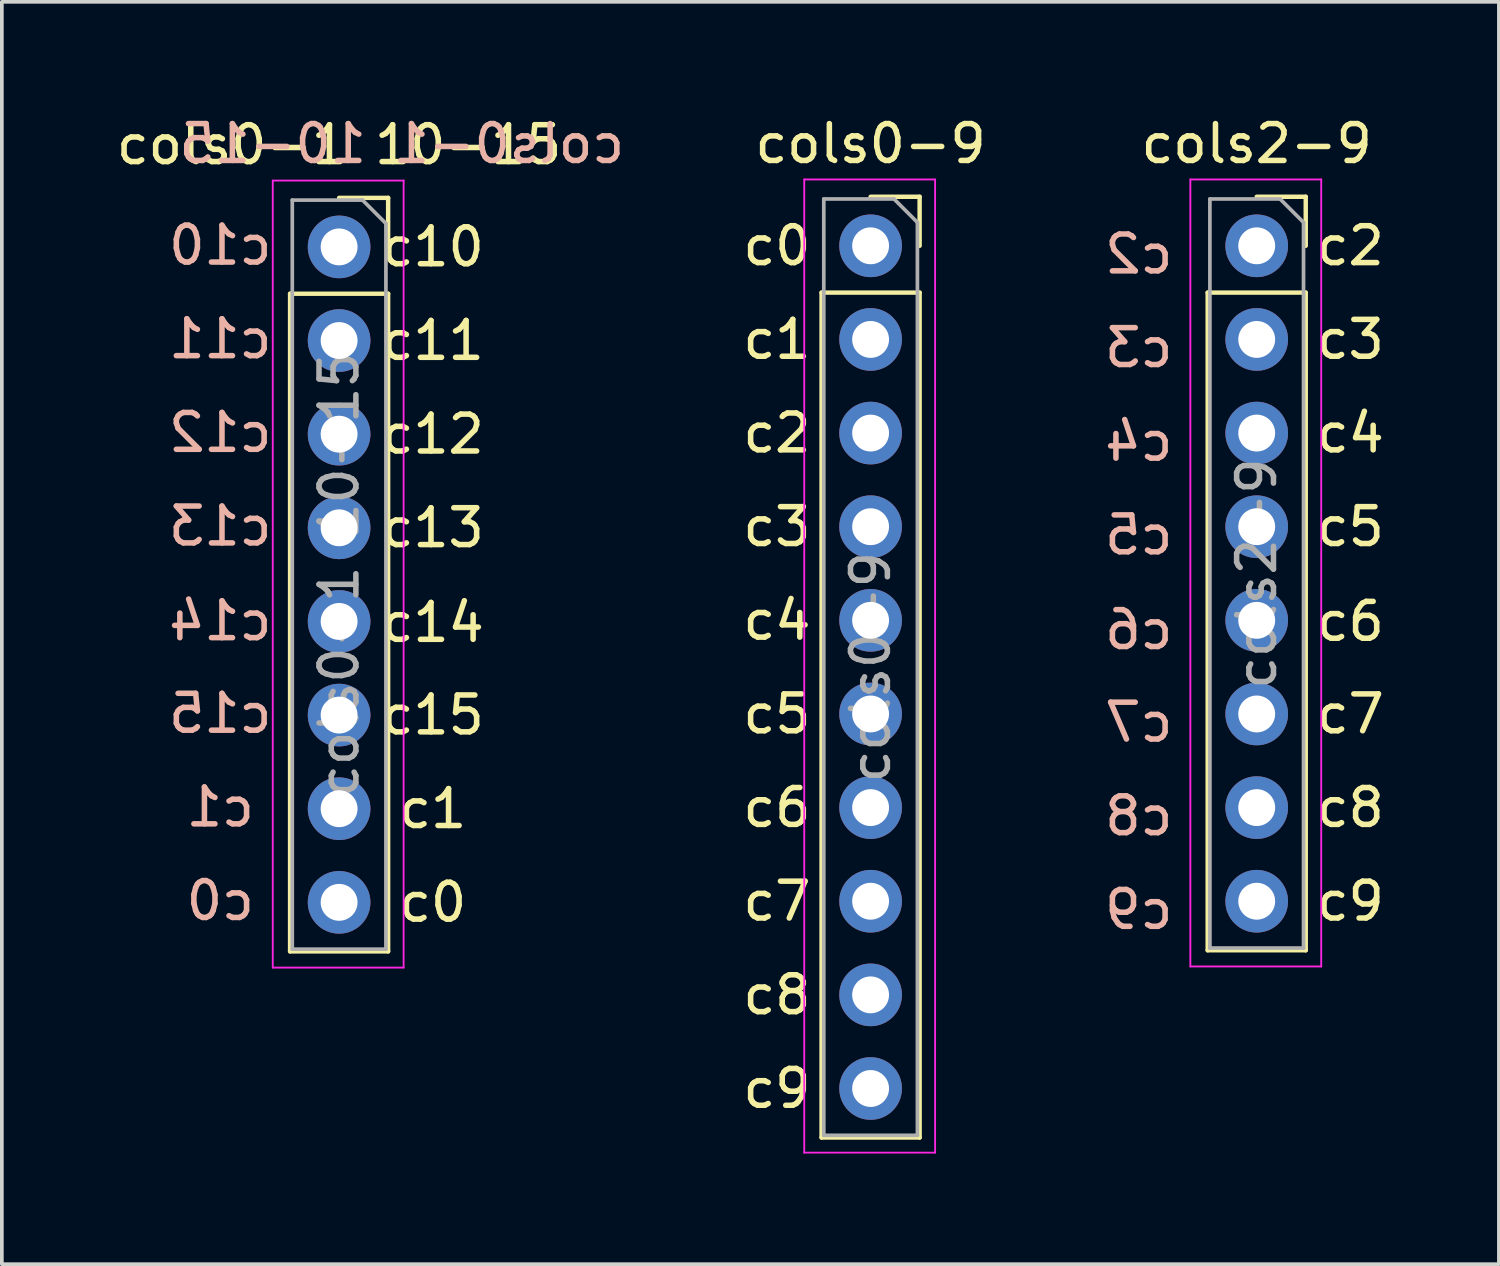
<source format=kicad_pcb>
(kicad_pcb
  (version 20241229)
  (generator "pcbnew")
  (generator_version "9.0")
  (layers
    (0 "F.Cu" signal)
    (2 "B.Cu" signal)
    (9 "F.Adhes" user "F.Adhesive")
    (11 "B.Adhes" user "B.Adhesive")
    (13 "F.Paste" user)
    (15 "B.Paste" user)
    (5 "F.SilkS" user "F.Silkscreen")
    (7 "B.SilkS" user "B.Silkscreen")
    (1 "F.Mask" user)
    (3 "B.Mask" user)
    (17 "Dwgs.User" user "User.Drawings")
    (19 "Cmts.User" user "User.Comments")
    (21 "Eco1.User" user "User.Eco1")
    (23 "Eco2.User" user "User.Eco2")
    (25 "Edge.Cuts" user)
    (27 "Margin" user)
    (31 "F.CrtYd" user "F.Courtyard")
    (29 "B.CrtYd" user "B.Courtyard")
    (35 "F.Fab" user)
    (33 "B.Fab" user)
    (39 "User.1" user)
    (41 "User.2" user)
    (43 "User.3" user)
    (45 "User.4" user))
  (footprint "cols0-9"
    (layer "F.Cu")
    (at 20.567 3.618)
    (property "Reference" "cols0-9" (at 0 -2.77 0) (layer "F.SilkS") (effects (font (size 1 1) (thickness 0.15))))
    (attr through_hole)
    (fp_line (start -1.33 1.27) (end -1.33 24.19) (stroke (width 0.12) (type solid)) (layer "F.SilkS"))
    (fp_line (start -1.33 1.27) (end 1.33 1.27) (stroke (width 0.12) (type solid)) (layer "F.SilkS"))
    (fp_line (start -1.33 24.19) (end 1.33 24.19) (stroke (width 0.12) (type solid)) (layer "F.SilkS"))
    (fp_line (start 0 -1.33) (end 1.33 -1.33) (stroke (width 0.12) (type solid)) (layer "F.SilkS"))
    (fp_line (start 1.33 -1.33) (end 1.33 0) (stroke (width 0.12) (type solid)) (layer "F.SilkS"))
    (fp_line (start 1.33 1.27) (end 1.33 24.19) (stroke (width 0.12) (type solid)) (layer "F.SilkS"))
    (fp_line (start -1.8 -1.8) (end 1.75 -1.8) (stroke (width 0.05) (type solid)) (layer "F.CrtYd"))
    (fp_line (start -1.8 24.6) (end -1.8 -1.8) (stroke (width 0.05) (type solid)) (layer "F.CrtYd"))
    (fp_line (start 1.75 -1.8) (end 1.75 24.6) (stroke (width 0.05) (type solid)) (layer "F.CrtYd"))
    (fp_line (start 1.75 24.6) (end -1.8 24.6) (stroke (width 0.05) (type solid)) (layer "F.CrtYd"))
    (fp_line (start -1.27 -1.27) (end 0.635 -1.27) (stroke (width 0.1) (type solid)) (layer "F.Fab"))
    (fp_line (start -1.27 24.13) (end -1.27 -1.27) (stroke (width 0.1) (type solid)) (layer "F.Fab"))
    (fp_line (start 0.635 -1.27) (end 1.27 -0.635) (stroke (width 0.1) (type solid)) (layer "F.Fab"))
    (fp_line (start 1.27 -0.635) (end 1.27 24.13) (stroke (width 0.1) (type solid)) (layer "F.Fab"))
    (fp_line (start 1.27 24.13) (end -1.27 24.13) (stroke (width 0.1) (type solid)) (layer "F.Fab"))
    (fp_text user "c7" (at -2.54 17.78 0) (unlocked yes) (layer "F.SilkS") (effects (font (size 1 1) (thickness 0.15))))
    (fp_text user "c5" (at -2.54 12.7 0) (unlocked yes) (layer "F.SilkS") (effects (font (size 1 1) (thickness 0.15))))
    (fp_text user "c3" (at -2.54 7.62 0) (unlocked yes) (layer "F.SilkS") (effects (font (size 1 1) (thickness 0.15))))
    (fp_text user "c1" (at -2.54 2.54 0) (unlocked yes) (layer "F.SilkS") (effects (font (size 1 1) (thickness 0.15))))
    (fp_text user "c6" (at -2.54 15.24 0) (unlocked yes) (layer "F.SilkS") (effects (font (size 1 1) (thickness 0.15))))
    (fp_text user "c9" (at -2.54 22.86 0) (unlocked yes) (layer "F.SilkS") (effects (font (size 1 1) (thickness 0.15))))
    (fp_text user "c8" (at -2.54 20.32 0) (unlocked yes) (layer "F.SilkS") (effects (font (size 1 1) (thickness 0.15))))
    (fp_text user "c0" (at -2.54 0 0) (unlocked yes) (layer "F.SilkS") (effects (font (size 1 1) (thickness 0.15))))
    (fp_text user "c2" (at -2.54 5.08 0) (unlocked yes) (layer "F.SilkS") (effects (font (size 1 1) (thickness 0.15))))
    (fp_text user "c4" (at -2.54 10.16 0) (unlocked yes) (layer "F.SilkS") (effects (font (size 1 1) (thickness 0.15))))
    (fp_text user "${REFERENCE}" (at 0 11.43 90) (layer "F.Fab") (effects (font (size 1 1) (thickness 0.15))))
    (pad "1" thru_hole circle (at 0 0) (size 1.7 1.7) (drill 1) (layers "*.Cu" "*.Mask"))
    (pad "2" thru_hole oval (at 0 2.54) (size 1.7 1.7) (drill 1) (layers "*.Cu" "*.Mask"))
    (pad "3" thru_hole oval (at 0 5.08) (size 1.7 1.7) (drill 1) (layers "*.Cu" "*.Mask"))
    (pad "4" thru_hole oval (at 0 7.62) (size 1.7 1.7) (drill 1) (layers "*.Cu" "*.Mask"))
    (pad "5" thru_hole oval (at 0 10.16) (size 1.7 1.7) (drill 1) (layers "*.Cu" "*.Mask"))
    (pad "6" thru_hole oval (at 0 12.7) (size 1.7 1.7) (drill 1) (layers "*.Cu" "*.Mask"))
    (pad "7" thru_hole oval (at 0 15.24) (size 1.7 1.7) (drill 1) (layers "*.Cu" "*.Mask"))
    (pad "8" thru_hole oval (at 0 17.78) (size 1.7 1.7) (drill 1) (layers "*.Cu" "*.Mask"))
    (pad "9" thru_hole oval (at 0 20.32) (size 1.7 1.7) (drill 1) (layers "*.Cu" "*.Mask"))
    (pad "10" thru_hole oval (at 0 22.86) (size 1.7 1.7) (drill 1) (layers "*.Cu" "*.Mask")))
  (footprint "cols2-9"
    (layer "F.Cu")
    (at 31.041 3.618)
    (property "Reference" "cols2-9" (at 0 -2.77 0) (layer "F.SilkS") (effects (font (size 1 1) (thickness 0.15))))
    (attr through_hole)
    (fp_line (start -1.33 1.27) (end -1.33 19.11) (stroke (width 0.12) (type solid)) (layer "F.SilkS"))
    (fp_line (start -1.33 1.27) (end 1.33 1.27) (stroke (width 0.12) (type solid)) (layer "F.SilkS"))
    (fp_line (start -1.33 19.11) (end 1.33 19.11) (stroke (width 0.12) (type solid)) (layer "F.SilkS"))
    (fp_line (start 0 -1.33) (end 1.33 -1.33) (stroke (width 0.12) (type solid)) (layer "F.SilkS"))
    (fp_line (start 1.33 -1.33) (end 1.33 0) (stroke (width 0.12) (type solid)) (layer "F.SilkS"))
    (fp_line (start 1.33 1.27) (end 1.33 19.11) (stroke (width 0.12) (type solid)) (layer "F.SilkS"))
    (fp_line (start -1.8 -1.8) (end 1.75 -1.8) (stroke (width 0.05) (type solid)) (layer "F.CrtYd"))
    (fp_line (start -1.8 19.55) (end -1.8 -1.8) (stroke (width 0.05) (type solid)) (layer "F.CrtYd"))
    (fp_line (start 1.75 -1.8) (end 1.75 19.55) (stroke (width 0.05) (type solid)) (layer "F.CrtYd"))
    (fp_line (start 1.75 19.55) (end -1.8 19.55) (stroke (width 0.05) (type solid)) (layer "F.CrtYd"))
    (fp_line (start -1.27 -1.27) (end 0.635 -1.27) (stroke (width 0.1) (type solid)) (layer "F.Fab"))
    (fp_line (start -1.27 19.05) (end -1.27 -1.27) (stroke (width 0.1) (type solid)) (layer "F.Fab"))
    (fp_line (start 0.635 -1.27) (end 1.27 -0.635) (stroke (width 0.1) (type solid)) (layer "F.Fab"))
    (fp_line (start 1.27 -0.635) (end 1.27 19.05) (stroke (width 0.1) (type solid)) (layer "F.Fab"))
    (fp_line (start 1.27 19.05) (end -1.27 19.05) (stroke (width 0.1) (type solid)) (layer "F.Fab"))
    (fp_text user "c6" (at 2.54 10.19 0) (unlocked yes) (layer "F.SilkS") (effects (font (size 1 1) (thickness 0.15))))
    (fp_text user "c5" (at 2.54 7.62 0) (unlocked yes) (layer "F.SilkS") (effects (font (size 1 1) (thickness 0.15))))
    (fp_text user "c7" (at 2.54 12.7 0) (unlocked yes) (layer "F.SilkS") (effects (font (size 1 1) (thickness 0.15))))
    (fp_text user "c9" (at 2.54 17.78 0) (unlocked yes) (layer "F.SilkS") (effects (font (size 1 1) (thickness 0.15))))
    (fp_text user "c8" (at 2.54 15.24 0) (unlocked yes) (layer "F.SilkS") (effects (font (size 1 1) (thickness 0.15))))
    (fp_text user "c3" (at 2.54 2.54 0) (unlocked yes) (layer "F.SilkS") (effects (font (size 1 1) (thickness 0.15))))
    (fp_text user "c2" (at 2.54 0 0) (unlocked yes) (layer "F.SilkS") (effects (font (size 1 1) (thickness 0.15))))
    (fp_text user "c4" (at 2.54 5.08 0) (unlocked yes) (layer "F.SilkS") (effects (font (size 1 1) (thickness 0.15))))
    (fp_text user "c4" (at -3.2 5.305 0) (unlocked yes) (layer "B.SilkS") (effects (font (size 1 1) (thickness 0.15)) (justify mirror)))
    (fp_text user "c2" (at -3.2 0.225 0) (unlocked yes) (layer "B.SilkS") (effects (font (size 1 1) (thickness 0.15)) (justify mirror)))
    (fp_text user "c7" (at -3.2 12.925 0) (unlocked yes) (layer "B.SilkS") (effects (font (size 1 1) (thickness 0.15)) (justify mirror)))
    (fp_text user "c3" (at -3.2 2.765 0) (unlocked yes) (layer "B.SilkS") (effects (font (size 1 1) (thickness 0.15)) (justify mirror)))
    (fp_text user "c6" (at -3.2 10.415 0) (unlocked yes) (layer "B.SilkS") (effects (font (size 1 1) (thickness 0.15)) (justify mirror)))
    (fp_text user "c9" (at -3.2 18.005 0) (unlocked yes) (layer "B.SilkS") (effects (font (size 1 1) (thickness 0.15)) (justify mirror)))
    (fp_text user "c8" (at -3.2 15.465 0) (unlocked yes) (layer "B.SilkS") (effects (font (size 1 1) (thickness 0.15)) (justify mirror)))
    (fp_text user "c5" (at -3.2 7.845 0) (unlocked yes) (layer "B.SilkS") (effects (font (size 1 1) (thickness 0.15)) (justify mirror)))
    (fp_text user "${REFERENCE}" (at 0 8.89 90) (layer "F.Fab") (effects (font (size 1 1) (thickness 0.15))))
    (pad "1" thru_hole circle (at 0 0) (size 1.7 1.7) (drill 1) (layers "*.Cu" "*.Mask"))
    (pad "2" thru_hole oval (at 0 2.54) (size 1.7 1.7) (drill 1) (layers "*.Cu" "*.Mask"))
    (pad "3" thru_hole oval (at 0 5.08) (size 1.7 1.7) (drill 1) (layers "*.Cu" "*.Mask"))
    (pad "4" thru_hole oval (at 0 7.62) (size 1.7 1.7) (drill 1) (layers "*.Cu" "*.Mask"))
    (pad "5" thru_hole oval (at 0 10.16) (size 1.7 1.7) (drill 1) (layers "*.Cu" "*.Mask"))
    (pad "6" thru_hole oval (at 0 12.7) (size 1.7 1.7) (drill 1) (layers "*.Cu" "*.Mask"))
    (pad "7" thru_hole oval (at 0 15.24) (size 1.7 1.7) (drill 1) (layers "*.Cu" "*.Mask"))
    (pad "8" thru_hole oval (at 0 17.78) (size 1.7 1.7) (drill 1) (layers "*.Cu" "*.Mask")))
  (footprint "cols0-1 10-15"
    (layer "F.Cu")
    (at 6.149 3.648)
    (property "Reference" "cols0-1 10-15" (at 0 -2.77 0) (layer "F.SilkS") (effects (font (size 1 1) (thickness 0.15))))
    (attr through_hole)
    (fp_line (start -1.33 1.27) (end -1.33 19.11) (stroke (width 0.12) (type solid)) (layer "F.SilkS"))
    (fp_line (start -1.33 1.27) (end 1.33 1.27) (stroke (width 0.12) (type solid)) (layer "F.SilkS"))
    (fp_line (start -1.33 19.11) (end 1.33 19.11) (stroke (width 0.12) (type solid)) (layer "F.SilkS"))
    (fp_line (start 0 -1.33) (end 1.33 -1.33) (stroke (width 0.12) (type solid)) (layer "F.SilkS"))
    (fp_line (start 1.33 -1.33) (end 1.33 0) (stroke (width 0.12) (type solid)) (layer "F.SilkS"))
    (fp_line (start 1.33 1.27) (end 1.33 19.11) (stroke (width 0.12) (type solid)) (layer "F.SilkS"))
    (fp_line (start -1.8 -1.8) (end 1.75 -1.8) (stroke (width 0.05) (type solid)) (layer "F.CrtYd"))
    (fp_line (start -1.8 19.55) (end -1.8 -1.8) (stroke (width 0.05) (type solid)) (layer "F.CrtYd"))
    (fp_line (start 1.75 -1.8) (end 1.75 19.55) (stroke (width 0.05) (type solid)) (layer "F.CrtYd"))
    (fp_line (start 1.75 19.55) (end -1.8 19.55) (stroke (width 0.05) (type solid)) (layer "F.CrtYd"))
    (fp_line (start -1.27 -1.27) (end 0.635 -1.27) (stroke (width 0.1) (type solid)) (layer "F.Fab"))
    (fp_line (start -1.27 19.05) (end -1.27 -1.27) (stroke (width 0.1) (type solid)) (layer "F.Fab"))
    (fp_line (start 0.635 -1.27) (end 1.27 -0.635) (stroke (width 0.1) (type solid)) (layer "F.Fab"))
    (fp_line (start 1.27 -0.635) (end 1.27 19.05) (stroke (width 0.1) (type solid)) (layer "F.Fab"))
    (fp_line (start 1.27 19.05) (end -1.27 19.05) (stroke (width 0.1) (type solid)) (layer "F.Fab"))
    (fp_text user "c0" (at 2.54 17.78 0) (unlocked yes) (layer "F.SilkS") (effects (font (size 1 1) (thickness 0.15))))
    (fp_text user "c14" (at 2.54 10.19 0) (unlocked yes) (layer "F.SilkS") (effects (font (size 1 1) (thickness 0.15))))
    (fp_text user "c13" (at 2.54 7.62 0) (unlocked yes) (layer "F.SilkS") (effects (font (size 1 1) (thickness 0.15))))
    (fp_text user "c10" (at 2.54 0 0) (unlocked yes) (layer "F.SilkS") (effects (font (size 1 1) (thickness 0.15))))
    (fp_text user "c11" (at 2.54 2.54 0) (unlocked yes) (layer "F.SilkS") (effects (font (size 1 1) (thickness 0.15))))
    (fp_text user "c15" (at 2.54 12.7 0) (unlocked yes) (layer "F.SilkS") (effects (font (size 1 1) (thickness 0.15))))
    (fp_text user "c1" (at 2.54 15.24 0) (unlocked yes) (layer "F.SilkS") (effects (font (size 1 1) (thickness 0.15))))
    (fp_text user "c12" (at 2.54 5.08 0) (unlocked yes) (layer "F.SilkS") (effects (font (size 1 1) (thickness 0.15))))
    (fp_text user "c12" (at -3.225 5.035 0) (unlocked yes) (layer "B.SilkS") (effects (font (size 1 1) (thickness 0.15)) (justify mirror)))
    (fp_text user "c0" (at -3.225 17.735 0) (unlocked yes) (layer "B.SilkS") (effects (font (size 1 1) (thickness 0.15)) (justify mirror)))
    (fp_text user "c10" (at -3.225 -0.045 0) (unlocked yes) (layer "B.SilkS") (effects (font (size 1 1) (thickness 0.15)) (justify mirror)))
    (fp_text user "c14" (at -3.225 10.145 0) (unlocked yes) (layer "B.SilkS") (effects (font (size 1 1) (thickness 0.15)) (justify mirror)))
    (fp_text user "c13" (at -3.225 7.575 0) (unlocked yes) (layer "B.SilkS") (effects (font (size 1 1) (thickness 0.15)) (justify mirror)))
    (fp_text user "c11" (at -3.225 2.495 0) (unlocked yes) (layer "B.SilkS") (effects (font (size 1 1) (thickness 0.15)) (justify mirror)))
    (fp_text user "c15" (at -3.225 12.655 0) (unlocked yes) (layer "B.SilkS") (effects (font (size 1 1) (thickness 0.15)) (justify mirror)))
    (fp_text user "${REFERENCE}" (at 1.7 -2.8 0) (layer "B.SilkS") (effects (font (size 1 1) (thickness 0.15)) (justify mirror)))
    (fp_text user "c1" (at -3.225 15.195 0) (unlocked yes) (layer "B.SilkS") (effects (font (size 1 1) (thickness 0.15)) (justify mirror)))
    (fp_text user "${REFERENCE}" (at 0 8.89 90) (layer "F.Fab") (effects (font (size 1 1) (thickness 0.15))))
    (pad "1" thru_hole circle (at 0 0) (size 1.7 1.7) (drill 1) (layers "*.Cu" "*.Mask"))
    (pad "2" thru_hole oval (at 0 2.54) (size 1.7 1.7) (drill 1) (layers "*.Cu" "*.Mask"))
    (pad "3" thru_hole oval (at 0 5.08) (size 1.7 1.7) (drill 1) (layers "*.Cu" "*.Mask"))
    (pad "4" thru_hole oval (at 0 7.62) (size 1.7 1.7) (drill 1) (layers "*.Cu" "*.Mask"))
    (pad "5" thru_hole oval (at 0 10.16) (size 1.7 1.7) (drill 1) (layers "*.Cu" "*.Mask"))
    (pad "6" thru_hole oval (at 0 12.7) (size 1.7 1.7) (drill 1) (layers "*.Cu" "*.Mask"))
    (pad "7" thru_hole oval (at 0 15.24) (size 1.7 1.7) (drill 1) (layers "*.Cu" "*.Mask"))
    (pad "8" thru_hole oval (at 0 17.78) (size 1.7 1.7) (drill 1) (layers "*.Cu" "*.Mask")))
  (gr_rect
    (start -3 -3)
    (end 37.611 31.243)
    (stroke (width 0.1) (type default))
    (fill no)
    (layer "Edge.Cuts")))
</source>
